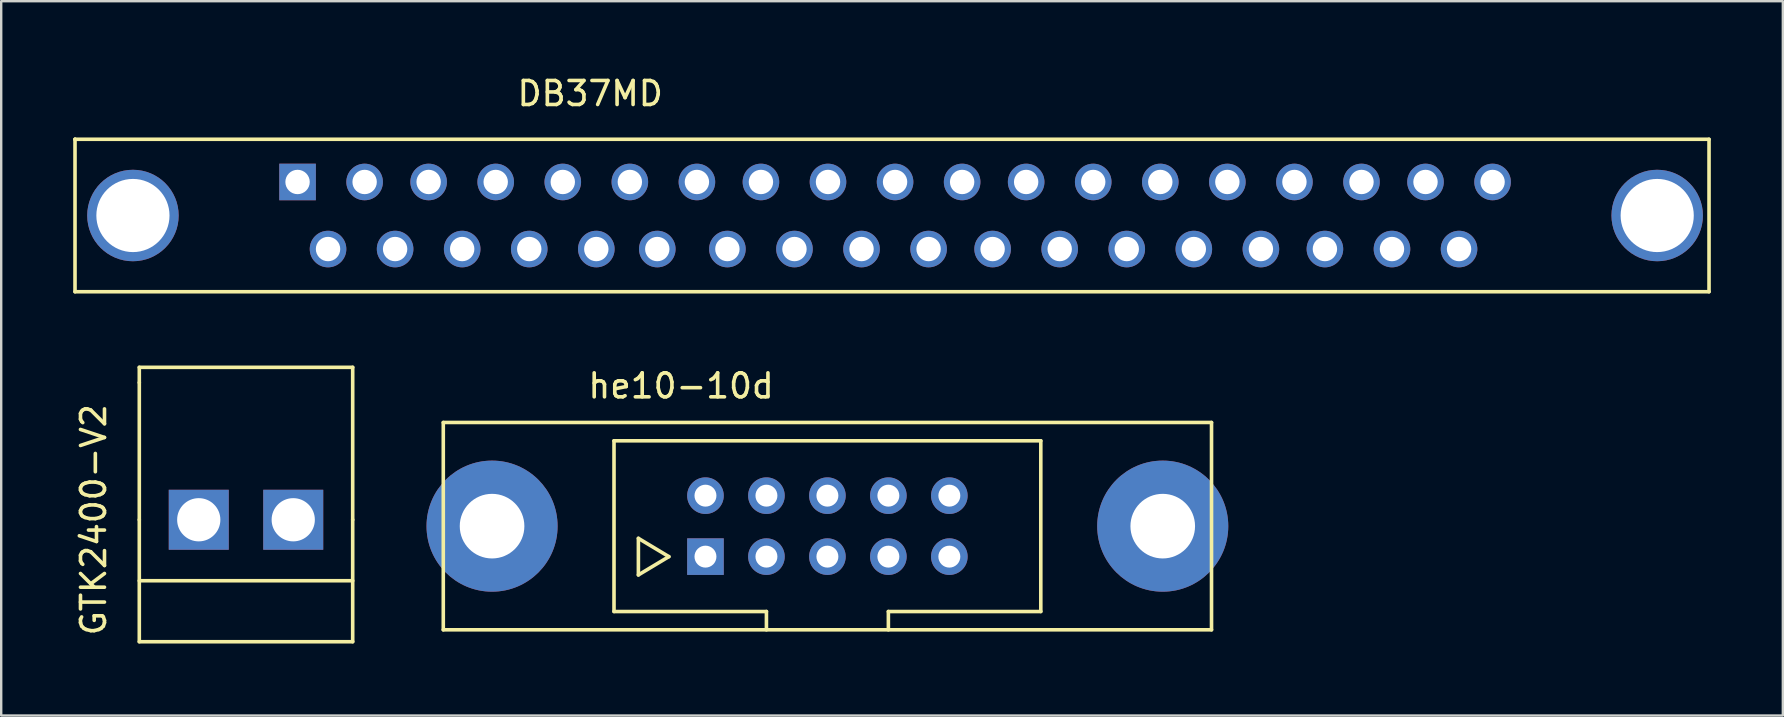
<source format=kicad_pcb>
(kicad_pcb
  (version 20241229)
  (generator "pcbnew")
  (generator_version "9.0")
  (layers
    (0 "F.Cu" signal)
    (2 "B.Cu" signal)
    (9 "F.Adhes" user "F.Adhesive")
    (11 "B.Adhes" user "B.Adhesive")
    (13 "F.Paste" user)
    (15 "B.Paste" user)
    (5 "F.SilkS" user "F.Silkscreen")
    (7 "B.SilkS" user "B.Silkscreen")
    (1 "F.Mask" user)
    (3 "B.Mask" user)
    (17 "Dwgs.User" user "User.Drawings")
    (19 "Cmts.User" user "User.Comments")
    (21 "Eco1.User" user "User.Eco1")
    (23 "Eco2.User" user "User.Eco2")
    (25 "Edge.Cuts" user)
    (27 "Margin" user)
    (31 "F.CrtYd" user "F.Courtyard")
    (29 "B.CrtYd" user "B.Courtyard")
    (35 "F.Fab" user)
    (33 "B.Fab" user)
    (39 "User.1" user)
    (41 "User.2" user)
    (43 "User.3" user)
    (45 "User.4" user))
  (footprint "DB37MD"
    (layer "F.Cu")
    (at 34.238 5.928)
    (property "Reference" "DB37MD" (at -12.7 -5.08 0) (layer "F.SilkS") (effects (font (size 1 1) (thickness 0.15))))
    (attr through_hole)
    (fp_line (start -34.163 -3.175) (end -34.163 -3.175) (stroke (width 0.15) (type solid)) (layer "F.SilkS"))
    (fp_line (start -34.163 -3.175) (end -34.163 3.175) (stroke (width 0.15) (type solid)) (layer "F.SilkS"))
    (fp_line (start -34.163 3.175) (end 33.909 3.175) (stroke (width 0.15) (type solid)) (layer "F.SilkS"))
    (fp_line (start 33.909 -3.175) (end -34.163 -3.175) (stroke (width 0.15) (type solid)) (layer "F.SilkS"))
    (fp_line (start 33.909 3.175) (end 33.909 -3.175) (stroke (width 0.15) (type solid)) (layer "F.SilkS"))
    (pad "" thru_hole circle (at -31.75 0) (size 3.81 3.81) (drill 3.048) (layers "*.Cu" "*.Mask"))
    (pad "" thru_hole circle (at 31.75 0) (size 3.81 3.81) (drill 3.048) (layers "*.Cu" "*.Mask"))
    (pad "1" thru_hole rect (at -24.892 -1.397) (size 1.524 1.524) (drill 1.016) (layers "*.Cu" "*.Mask"))
    (pad "2" thru_hole circle (at -22.098 -1.397) (size 1.524 1.524) (drill 1.016) (layers "*.Cu" "*.Mask"))
    (pad "3" thru_hole circle (at -19.431 -1.397) (size 1.524 1.524) (drill 1.016) (layers "*.Cu" "*.Mask"))
    (pad "4" thru_hole circle (at -16.637 -1.397) (size 1.524 1.524) (drill 1.016) (layers "*.Cu" "*.Mask"))
    (pad "5" thru_hole circle (at -13.843 -1.397) (size 1.524 1.524) (drill 1.016) (layers "*.Cu" "*.Mask"))
    (pad "6" thru_hole circle (at -11.049 -1.397) (size 1.524 1.524) (drill 1.016) (layers "*.Cu" "*.Mask"))
    (pad "7" thru_hole circle (at -8.255 -1.397) (size 1.524 1.524) (drill 1.016) (layers "*.Cu" "*.Mask"))
    (pad "8" thru_hole circle (at -5.588 -1.397) (size 1.524 1.524) (drill 1.016) (layers "*.Cu" "*.Mask"))
    (pad "9" thru_hole circle (at -2.794 -1.397) (size 1.524 1.524) (drill 1.016) (layers "*.Cu" "*.Mask"))
    (pad "10" thru_hole circle (at 0 -1.397) (size 1.524 1.524) (drill 1.016) (layers "*.Cu" "*.Mask"))
    (pad "11" thru_hole circle (at 2.794 -1.397) (size 1.524 1.524) (drill 1.016) (layers "*.Cu" "*.Mask"))
    (pad "12" thru_hole circle (at 5.461 -1.397) (size 1.524 1.524) (drill 1.016) (layers "*.Cu" "*.Mask"))
    (pad "13" thru_hole circle (at 8.255 -1.397) (size 1.524 1.524) (drill 1.016) (layers "*.Cu" "*.Mask"))
    (pad "14" thru_hole circle (at 11.049 -1.397) (size 1.524 1.524) (drill 1.016) (layers "*.Cu" "*.Mask"))
    (pad "15" thru_hole circle (at 13.843 -1.397) (size 1.524 1.524) (drill 1.016) (layers "*.Cu" "*.Mask"))
    (pad "16" thru_hole circle (at 16.637 -1.397) (size 1.524 1.524) (drill 1.016) (layers "*.Cu" "*.Mask"))
    (pad "17" thru_hole circle (at 19.431 -1.397) (size 1.524 1.524) (drill 1.016) (layers "*.Cu" "*.Mask"))
    (pad "18" thru_hole circle (at 22.098 -1.397) (size 1.524 1.524) (drill 1.016) (layers "*.Cu" "*.Mask"))
    (pad "19" thru_hole circle (at 24.892 -1.397) (size 1.524 1.524) (drill 1.016) (layers "*.Cu" "*.Mask"))
    (pad "20" thru_hole circle (at -23.622 1.397) (size 1.524 1.524) (drill 1.016) (layers "*.Cu" "*.Mask"))
    (pad "21" thru_hole circle (at -20.828 1.397) (size 1.524 1.524) (drill 1.016) (layers "*.Cu" "*.Mask"))
    (pad "22" thru_hole circle (at -18.034 1.397) (size 1.524 1.524) (drill 1.016) (layers "*.Cu" "*.Mask"))
    (pad "23" thru_hole circle (at -15.24 1.397) (size 1.524 1.524) (drill 1.016) (layers "*.Cu" "*.Mask"))
    (pad "24" thru_hole circle (at -12.446 1.397) (size 1.524 1.524) (drill 1.016) (layers "*.Cu" "*.Mask"))
    (pad "25" thru_hole circle (at -9.906 1.397) (size 1.524 1.524) (drill 1.016) (layers "*.Cu" "*.Mask"))
    (pad "26" thru_hole circle (at -6.985 1.397) (size 1.524 1.524) (drill 1.016) (layers "*.Cu" "*.Mask"))
    (pad "27" thru_hole circle (at -4.191 1.397) (size 1.524 1.524) (drill 1.016) (layers "*.Cu" "*.Mask"))
    (pad "28" thru_hole circle (at -1.397 1.397) (size 1.524 1.524) (drill 1.016) (layers "*.Cu" "*.Mask"))
    (pad "29" thru_hole circle (at 1.397 1.397) (size 1.524 1.524) (drill 1.016) (layers "*.Cu" "*.Mask"))
    (pad "30" thru_hole circle (at 4.064 1.397) (size 1.524 1.524) (drill 1.016) (layers "*.Cu" "*.Mask"))
    (pad "31" thru_hole circle (at 6.858 1.397) (size 1.524 1.524) (drill 1.016) (layers "*.Cu" "*.Mask"))
    (pad "32" thru_hole circle (at 9.652 1.397) (size 1.524 1.524) (drill 1.016) (layers "*.Cu" "*.Mask"))
    (pad "33" thru_hole circle (at 12.446 1.397) (size 1.524 1.524) (drill 1.016) (layers "*.Cu" "*.Mask"))
    (pad "34" thru_hole circle (at 15.24 1.397) (size 1.524 1.524) (drill 1.016) (layers "*.Cu" "*.Mask"))
    (pad "35" thru_hole circle (at 17.907 1.397) (size 1.524 1.524) (drill 1.016) (layers "*.Cu" "*.Mask"))
    (pad "36" thru_hole circle (at 20.701 1.397) (size 1.524 1.524) (drill 1.016) (layers "*.Cu" "*.Mask"))
    (pad "37" thru_hole circle (at 23.495 1.397) (size 1.524 1.524) (drill 1.016) (layers "*.Cu" "*.Mask")))
  (footprint "he10-10d"
    (layer "F.Cu")
    (at 31.419 18.869)
    (property "Reference" "he10-10d" (at -6.096 -5.842 0) (layer "F.SilkS") (effects (font (size 1 1) (thickness 0.15))))
    (attr through_hole)
    (fp_line (start -16.002 -4.318) (end 16.002 -4.318) (stroke (width 0.15) (type solid)) (layer "F.SilkS"))
    (fp_line (start -16.002 4.318) (end -16.002 -4.318) (stroke (width 0.15) (type solid)) (layer "F.SilkS"))
    (fp_line (start -8.89 -3.556) (end 8.89 -3.556) (stroke (width 0.15) (type solid)) (layer "F.SilkS"))
    (fp_line (start -8.89 3.556) (end -8.89 -3.556) (stroke (width 0.15) (type solid)) (layer "F.SilkS"))
    (fp_line (start -7.874 0.508) (end -7.874 2.032) (stroke (width 0.15) (type solid)) (layer "F.SilkS"))
    (fp_line (start -7.874 2.032) (end -6.604 1.27) (stroke (width 0.15) (type solid)) (layer "F.SilkS"))
    (fp_line (start -6.604 1.27) (end -7.874 0.508) (stroke (width 0.15) (type solid)) (layer "F.SilkS"))
    (fp_line (start -2.54 3.556) (end -8.89 3.556) (stroke (width 0.15) (type solid)) (layer "F.SilkS"))
    (fp_line (start -2.54 4.318) (end -2.54 3.556) (stroke (width 0.15) (type solid)) (layer "F.SilkS"))
    (fp_line (start 2.54 3.556) (end 2.54 4.318) (stroke (width 0.15) (type solid)) (layer "F.SilkS"))
    (fp_line (start 8.89 3.556) (end 2.54 3.556) (stroke (width 0.15) (type solid)) (layer "F.SilkS"))
    (fp_line (start 8.89 3.556) (end 8.89 -3.556) (stroke (width 0.15) (type solid)) (layer "F.SilkS"))
    (fp_line (start 16.002 -4.318) (end 16.002 4.318) (stroke (width 0.15) (type solid)) (layer "F.SilkS"))
    (fp_line (start 16.002 4.318) (end -16.002 4.318) (stroke (width 0.15) (type solid)) (layer "F.SilkS"))
    (pad "" thru_hole circle (at -13.97 0) (size 5.461 5.461) (drill 2.692) (layers "*.Cu" "*.Mask"))
    (pad "" thru_hole circle (at 13.97 0) (size 5.461 5.461) (drill 2.692) (layers "*.Cu" "*.Mask"))
    (pad "1" thru_hole rect (at -5.08 1.27) (size 1.524 1.524) (drill 0.914) (layers "*.Cu" "*.Mask"))
    (pad "2" thru_hole circle (at -5.08 -1.27) (size 1.524 1.524) (drill 0.914) (layers "*.Cu" "*.Mask"))
    (pad "3" thru_hole circle (at -2.54 1.27) (size 1.524 1.524) (drill 0.914) (layers "*.Cu" "*.Mask"))
    (pad "4" thru_hole circle (at -2.54 -1.27) (size 1.524 1.524) (drill 0.914) (layers "*.Cu" "*.Mask"))
    (pad "5" thru_hole circle (at 0 1.27) (size 1.524 1.524) (drill 0.914) (layers "*.Cu" "*.Mask"))
    (pad "6" thru_hole circle (at 0 -1.27) (size 1.524 1.524) (drill 0.914) (layers "*.Cu" "*.Mask"))
    (pad "7" thru_hole circle (at 2.54 1.27) (size 1.524 1.524) (drill 0.914) (layers "*.Cu" "*.Mask"))
    (pad "8" thru_hole circle (at 2.54 -1.27) (size 1.524 1.524) (drill 0.914) (layers "*.Cu" "*.Mask"))
    (pad "9" thru_hole circle (at 5.08 1.27) (size 1.524 1.524) (drill 0.914) (layers "*.Cu" "*.Mask"))
    (pad "10" thru_hole circle (at 5.08 -1.27) (size 1.524 1.524) (drill 0.914) (layers "*.Cu" "*.Mask")))
  (footprint "GTK2400-V2"
    (layer "F.Cu")
    (at 7.198 18.603)
    (property "Reference" "GTK2400-V2" (at -6.35 0 90) (layer "F.SilkS") (effects (font (size 1 1) (thickness 0.15))))
    (attr through_hole)
    (fp_line (start -4.445 -6.35) (end 4.445 -6.35) (stroke (width 0.15) (type solid)) (layer "F.SilkS"))
    (fp_line (start -4.445 -5.715) (end -4.445 -6.35) (stroke (width 0.15) (type solid)) (layer "F.SilkS"))
    (fp_line (start -4.445 0) (end -4.445 -5.715) (stroke (width 0.15) (type solid)) (layer "F.SilkS"))
    (fp_line (start -4.445 2.54) (end 4.445 2.54) (stroke (width 0.15) (type solid)) (layer "F.SilkS"))
    (fp_line (start -4.445 5.08) (end -4.445 0) (stroke (width 0.15) (type solid)) (layer "F.SilkS"))
    (fp_line (start 4.445 -6.35) (end 4.445 0) (stroke (width 0.15) (type solid)) (layer "F.SilkS"))
    (fp_line (start 4.445 0) (end 4.445 5.08) (stroke (width 0.15) (type solid)) (layer "F.SilkS"))
    (fp_line (start 4.445 5.08) (end -4.445 5.08) (stroke (width 0.15) (type solid)) (layer "F.SilkS"))
    (pad "1" thru_hole rect (at -1.968 0) (size 2.499 2.499) (drill 1.801) (layers "*.Cu" "*.Mask"))
    (pad "2" thru_hole rect (at 1.968 0) (size 2.499 2.499) (drill 1.801) (layers "*.Cu" "*.Mask")))
  (gr_rect
    (start -3 -3)
    (end 71.222 26.758)
    (stroke (width 0.1) (type default))
    (fill no)
    (layer "Edge.Cuts")))
</source>
